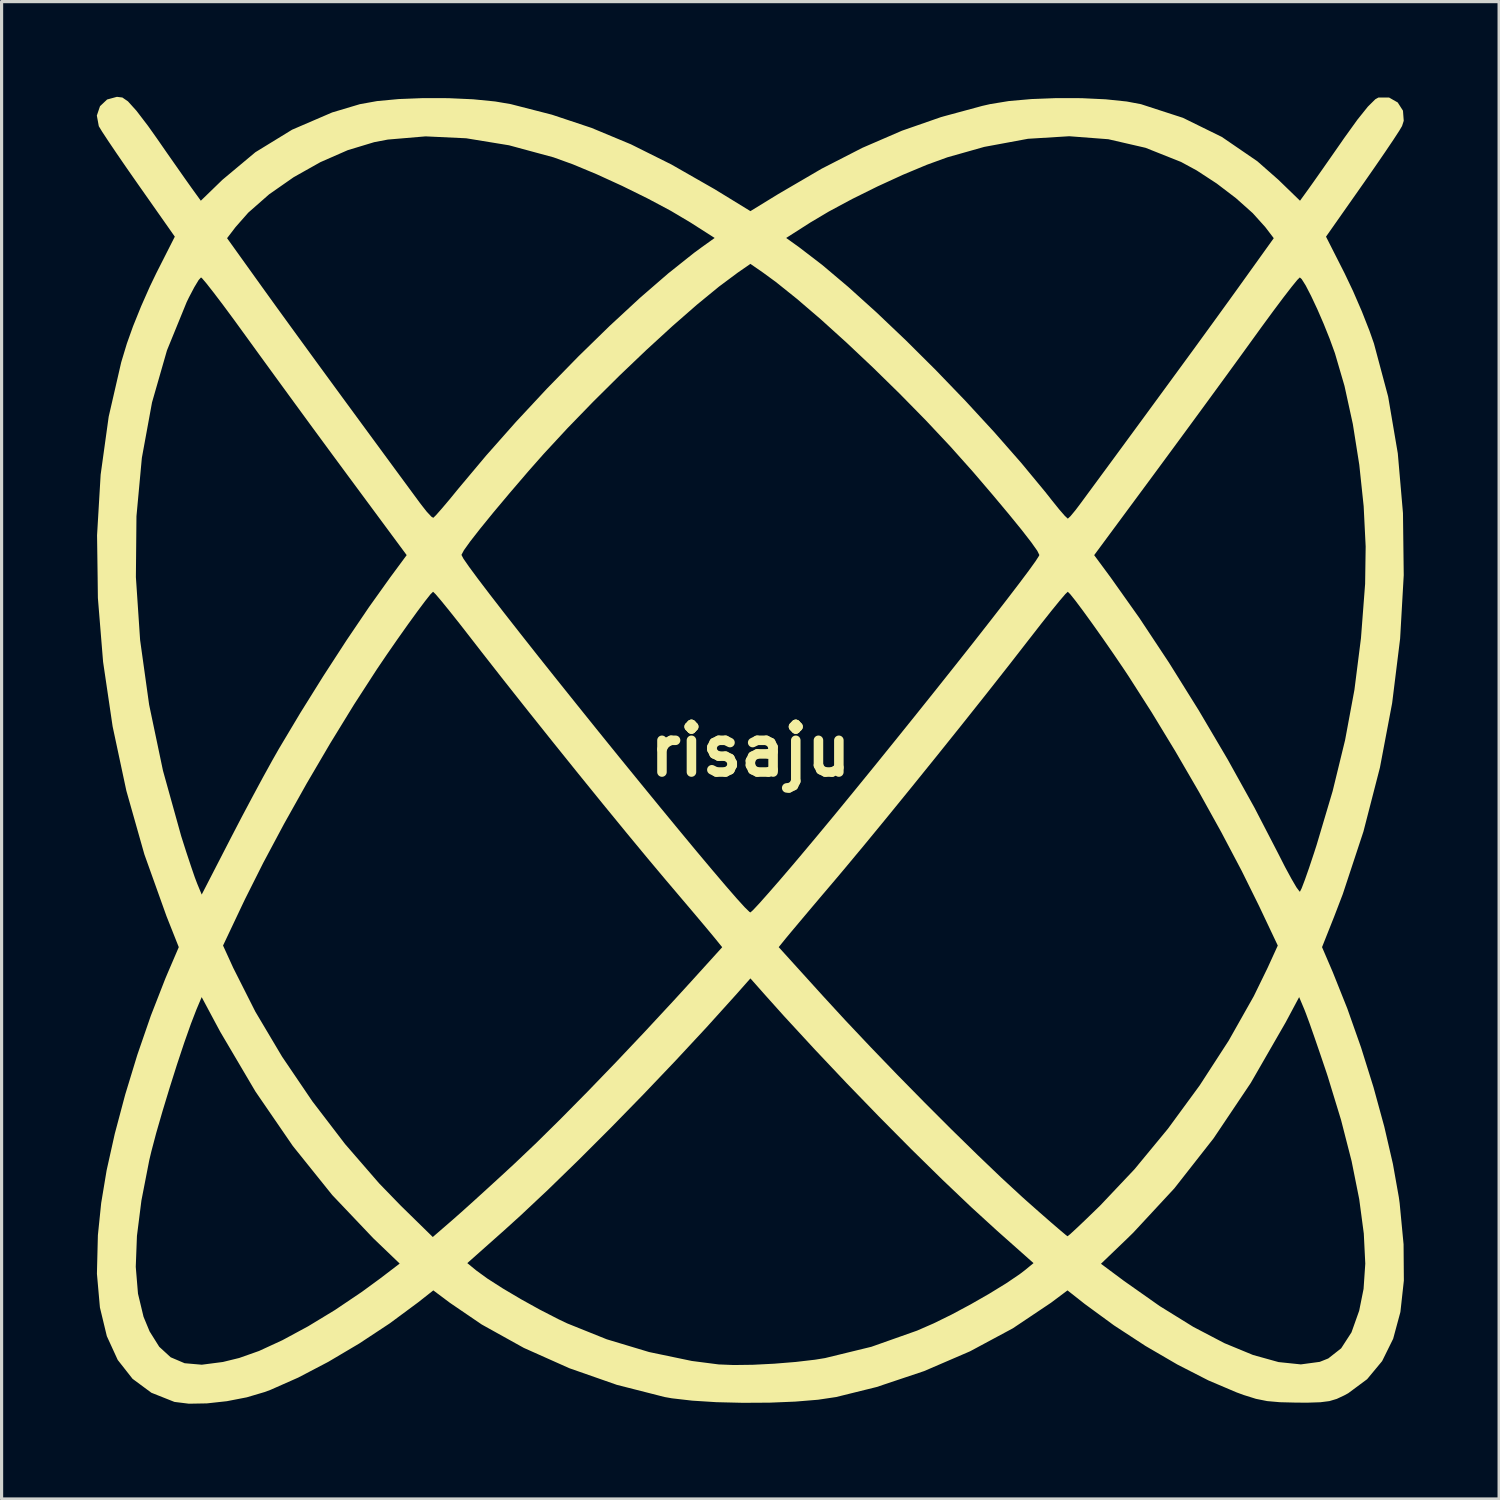
<source format=kicad_pcb>
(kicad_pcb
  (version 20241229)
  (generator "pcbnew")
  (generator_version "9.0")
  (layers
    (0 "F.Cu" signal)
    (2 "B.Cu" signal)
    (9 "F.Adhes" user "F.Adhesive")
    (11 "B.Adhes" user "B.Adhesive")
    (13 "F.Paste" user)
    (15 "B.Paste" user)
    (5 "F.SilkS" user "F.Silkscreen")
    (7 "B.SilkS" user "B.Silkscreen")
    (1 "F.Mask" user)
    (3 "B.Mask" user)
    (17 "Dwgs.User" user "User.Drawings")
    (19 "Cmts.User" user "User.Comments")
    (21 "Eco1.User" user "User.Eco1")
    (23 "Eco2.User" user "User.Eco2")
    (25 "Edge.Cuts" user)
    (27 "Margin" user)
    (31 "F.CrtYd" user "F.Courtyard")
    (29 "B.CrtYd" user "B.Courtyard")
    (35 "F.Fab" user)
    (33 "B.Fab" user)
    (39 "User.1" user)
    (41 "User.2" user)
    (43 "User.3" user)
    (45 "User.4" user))
  (footprint "risaju"
    (layer "F.Cu")
    (at 20.585 20.588)
    (property "Reference" "risaju" (at 0 0 0) (layer "F.SilkS") (effects (font (size 1.5 1.5) (thickness 0.3))))
    (attr board_only exclude_from_pos_files exclude_from_bom)
    (fp_poly (pts (xy -19.781 -20.567) (xy -19.605 -20.446) (xy -19.336 -20.148) (xy -18.974 -19.674) (xy -18.698 -19.285) (xy -18.374 -18.818) (xy -18.066 -18.378) (xy -17.805 -18.006) (xy -17.619 -17.744) (xy -17.58 -17.689) (xy -17.31 -17.316) (xy -16.63 -17.975) (xy -15.591 -18.844) (xy -14.435 -19.553) (xy -13.174 -20.096) (xy -12.3 -20.357) (xy -11.761 -20.454) (xy -11.079 -20.518) (xy -10.311 -20.548) (xy -9.511 -20.546) (xy -8.735 -20.511) (xy -8.038 -20.442) (xy -7.55 -20.359) (xy -6.253 -20.026) (xy -5.005 -19.61) (xy -3.764 -19.093) (xy -2.49 -18.458) (xy -1.141 -17.687) (xy -0.875 -17.525) (xy -0.000001 -16.988) (xy 0.875 -17.525) (xy 2.243 -18.324) (xy 3.528 -18.983) (xy 4.772 -19.521) (xy 6.015 -19.954) (xy 7.3 -20.302) (xy 7.55 -20.359) (xy 8.137 -20.455) (xy 8.85 -20.518) (xy 9.634 -20.548) (xy 10.432 -20.546) (xy 11.191 -20.51) (xy 11.854 -20.441) (xy 12.3 -20.357) (xy 13.623 -19.927) (xy 14.848 -19.325) (xy 15.965 -18.56) (xy 16.63 -17.975) (xy 17.31 -17.316) (xy 17.58 -17.689) (xy 17.735 -17.907) (xy 17.975 -18.248) (xy 18.27 -18.67) (xy 18.593 -19.133) (xy 18.698 -19.285) (xy 19.119 -19.87) (xy 19.447 -20.279) (xy 19.681 -20.511) (xy 19.781 -20.567) (xy 20.117 -20.565) (xy 20.387 -20.411) (xy 20.553 -20.152) (xy 20.577 -19.833) (xy 20.524 -19.668) (xy 20.437 -19.521) (xy 20.254 -19.24) (xy 19.994 -18.854) (xy 19.676 -18.391) (xy 19.321 -17.881) (xy 19.276 -17.817) (xy 18.129 -16.184) (xy 18.712 -15.035) (xy 18.982 -14.467) (xy 19.258 -13.83) (xy 19.5 -13.214) (xy 19.639 -12.818) (xy 20.086 -11.146) (xy 20.39 -9.358) (xy 20.553 -7.476) (xy 20.577 -5.523) (xy 20.463 -3.521) (xy 20.212 -1.493) (xy 19.827 0.539) (xy 19.308 2.552) (xy 18.657 4.524) (xy 18.39 5.221) (xy 18.004 6.193) (xy 18.343 6.983) (xy 18.8 8.127) (xy 19.232 9.351) (xy 19.625 10.607) (xy 19.964 11.845) (xy 20.235 13.016) (xy 20.423 14.071) (xy 20.448 14.253) (xy 20.572 15.553) (xy 20.581 16.695) (xy 20.472 17.685) (xy 20.244 18.528) (xy 19.896 19.232) (xy 19.424 19.801) (xy 18.829 20.243) (xy 18.7 20.313) (xy 18.467 20.422) (xy 18.236 20.491) (xy 17.952 20.527) (xy 17.561 20.54) (xy 17.2 20.539) (xy 16.677 20.526) (xy 16.277 20.491) (xy 15.923 20.42) (xy 15.54 20.3) (xy 15.313 20.217) (xy 14.424 19.839) (xy 13.451 19.341) (xy 12.443 18.754) (xy 11.451 18.106) (xy 10.525 17.428) (xy 10.468 17.383) (xy 9.987 17.004) (xy 9.468 17.393) (xy 8.265 18.199) (xy 6.917 18.923) (xy 5.471 19.546) (xy 3.972 20.048) (xy 2.7 20.363) (xy 2.129 20.448) (xy 1.413 20.507) (xy 0.606 20.54) (xy -0.24 20.545) (xy -1.07 20.525) (xy -1.832 20.477) (xy -2.473 20.403) (xy -2.7 20.363) (xy -4.207 19.979) (xy -5.701 19.456) (xy -7.135 18.816) (xy -8.463 18.078) (xy -9.468 17.393) (xy -9.987 17.004) (xy -10.468 17.383) (xy -11.361 18.044) (xy -12.32 18.677) (xy -13.296 19.255) (xy -14.241 19.75) (xy -15.109 20.134) (xy -15.295 20.204) (xy -15.862 20.372) (xy -16.49 20.494) (xy -17.118 20.563) (xy -17.685 20.573) (xy -18.13 20.518) (xy -18.15 20.513) (xy -18.867 20.228) (xy -19.46 19.789) (xy -19.927 19.195) (xy -20.27 18.446) (xy -20.488 17.542) (xy -20.582 16.482) (xy -20.577 16.262) (xy -19.359 16.262) (xy -19.289 17.107) (xy -19.114 17.836) (xy -18.923 18.296) (xy -18.62 18.78) (xy -18.259 19.111) (xy -17.82 19.298) (xy -17.279 19.345) (xy -16.616 19.259) (xy -16.101 19.133) (xy -15.476 18.912) (xy -14.741 18.573) (xy -13.932 18.136) (xy -13.085 17.622) (xy -12.235 17.049) (xy -11.648 16.619) (xy -11.047 16.16) (xy -11.062 16.145) (xy -8.917 16.145) (xy -8.634 16.377) (xy -8.282 16.633) (xy -7.798 16.943) (xy -7.231 17.279) (xy -6.63 17.612) (xy -6.044 17.913) (xy -5.774 18.042) (xy -4.526 18.544) (xy -3.19 18.946) (xy -1.845 19.227) (xy -1 19.336) (xy -0.526 19.355) (xy 0.081 19.347) (xy 0.753 19.313) (xy 1.427 19.258) (xy 2.036 19.187) (xy 2.35 19.136) (xy 3.811 18.78) (xy 5.25 18.271) (xy 5.774 18.042) (xy 6.334 17.767) (xy 6.934 17.446) (xy 7.524 17.108) (xy 8.055 16.782) (xy 8.479 16.495) (xy 8.634 16.377) (xy 8.892 16.166) (xy 11.041 16.166) (xy 11.765 16.705) (xy 12.891 17.498) (xy 13.949 18.153) (xy 14.931 18.667) (xy 15.829 19.038) (xy 16.634 19.262) (xy 17.337 19.335) (xy 17.932 19.255) (xy 18.2 19.148) (xy 18.606 18.829) (xy 18.931 18.327) (xy 19.174 17.644) (xy 19.312 16.958) (xy 19.366 16.162) (xy 19.319 15.213) (xy 19.175 14.13) (xy 18.935 12.932) (xy 18.603 11.637) (xy 18.183 10.263) (xy 18.146 10.15) (xy 17.955 9.585) (xy 17.774 9.058) (xy 17.617 8.61) (xy 17.497 8.284) (xy 17.448 8.158) (xy 17.283 7.767) (xy 16.857 8.564) (xy 15.76 10.469) (xy 14.588 12.215) (xy 13.352 13.791) (xy 12.059 15.185) (xy 11.874 15.366) (xy 11.041 16.166) (xy 8.892 16.166) (xy 8.917 16.145) (xy 7.764 15.121) (xy 6.955 14.382) (xy 6.047 13.518) (xy 5.071 12.56) (xy 4.056 11.536) (xy 3.03 10.477) (xy 2.024 9.412) (xy 1.065 8.372) (xy 0.475 7.714) (xy 0 7.178) (xy -0.475 7.714) (xy -1.385 8.722) (xy -2.364 9.775) (xy -3.38 10.841) (xy -4.405 11.891) (xy -5.411 12.896) (xy -6.367 13.826) (xy -7.244 14.65) (xy -7.764 15.121) (xy -8.917 16.145) (xy -11.062 16.145) (xy -11.877 15.363) (xy -13.171 14.001) (xy -14.412 12.456) (xy -15.589 10.741) (xy -16.695 8.865) (xy -16.857 8.564) (xy -17.283 7.767) (xy -17.448 8.158) (xy -17.622 8.608) (xy -17.832 9.202) (xy -18.061 9.891) (xy -18.294 10.628) (xy -18.517 11.362) (xy -18.714 12.044) (xy -18.868 12.627) (xy -18.933 12.9) (xy -19.181 14.173) (xy -19.322 15.289) (xy -19.359 16.262) (xy -20.577 16.262) (xy -20.552 15.266) (xy -20.448 14.253) (xy -20.277 13.224) (xy -20.02 12.071) (xy -19.693 10.842) (xy -19.31 9.586) (xy -18.884 8.352) (xy -18.43 7.189) (xy -18.343 6.983) (xy -18.004 6.193) (xy -18.024 6.143) (xy -16.61 6.143) (xy -16.289 6.846) (xy -15.593 8.225) (xy -14.751 9.642) (xy -13.797 11.049) (xy -12.766 12.396) (xy -11.692 13.635) (xy -11.011 14.337) (xy -10.004 15.323) (xy -9.387 14.789) (xy -9.106 14.541) (xy -8.718 14.192) (xy -8.261 13.776) (xy -7.773 13.329) (xy -7.41 12.993) (xy -6.744 12.36) (xy -5.975 11.601) (xy -5.13 10.745) (xy -4.235 9.818) (xy -3.317 8.847) (xy -2.402 7.861) (xy -1.865 7.273) (xy -0.889 6.196) (xy -0.891 6.193) (xy 0.891 6.193) (xy 2.271 7.716) (xy 2.989 8.497) (xy 3.785 9.34) (xy 4.628 10.215) (xy 5.491 11.093) (xy 6.344 11.946) (xy 7.159 12.743) (xy 7.905 13.457) (xy 8.555 14.057) (xy 8.7 14.187) (xy 9.116 14.555) (xy 9.479 14.872) (xy 9.762 15.115) (xy 9.94 15.264) (xy 9.989 15.299) (xy 10.071 15.233) (xy 10.267 15.052) (xy 10.553 14.781) (xy 10.9 14.445) (xy 11.023 14.325) (xy 12.096 13.19) (xy 13.149 11.914) (xy 14.15 10.548) (xy 15.063 9.139) (xy 15.854 7.738) (xy 16.289 6.846) (xy 16.61 6.143) (xy 16.02 4.896) (xy 15.472 3.788) (xy 14.831 2.573) (xy 14.126 1.302) (xy 13.385 0.027) (xy 12.638 -1.202) (xy 11.915 -2.333) (xy 11.771 -2.55) (xy 11.44 -3.038) (xy 11.101 -3.527) (xy 10.775 -3.987) (xy 10.481 -4.393) (xy 10.239 -4.716) (xy 10.07 -4.927) (xy 9.995 -5) (xy 9.917 -4.925) (xy 9.738 -4.715) (xy 9.478 -4.396) (xy 9.157 -3.991) (xy 8.796 -3.527) (xy 8.794 -3.525) (xy 8.151 -2.698) (xy 7.43 -1.782) (xy 6.658 -0.811) (xy 5.862 0.182) (xy 5.067 1.166) (xy 4.3 2.108) (xy 3.588 2.974) (xy 2.957 3.732) (xy 2.657 4.088) (xy 2.242 4.576) (xy 1.858 5.03) (xy 1.529 5.421) (xy 1.278 5.72) (xy 1.13 5.898) (xy 1.121 5.909) (xy 0.891 6.193) (xy -0.891 6.193) (xy -1.119 5.911) (xy -1.255 5.747) (xy -1.495 5.46) (xy -1.817 5.078) (xy -2.197 4.63) (xy -2.609 4.144) (xy -2.657 4.088) (xy -3.232 3.403) (xy -3.903 2.592) (xy -4.644 1.687) (xy -5.426 0.723) (xy -6.225 -0.27) (xy -7.013 -1.257) (xy -7.765 -2.207) (xy -8.454 -3.087) (xy -8.794 -3.525) (xy -9.156 -3.99) (xy -9.477 -4.394) (xy -9.737 -4.714) (xy -9.916 -4.924) (xy -9.995 -5) (xy -9.995 -5) (xy -10.075 -4.922) (xy -10.246 -4.706) (xy -10.49 -4.38) (xy -10.786 -3.972) (xy -11.113 -3.51) (xy -11.452 -3.021) (xy -11.771 -2.55) (xy -12.486 -1.445) (xy -13.23 -0.233) (xy -13.975 1.037) (xy -14.69 2.313) (xy -15.347 3.544) (xy -15.916 4.678) (xy -16.02 4.896) (xy -16.61 6.143) (xy -18.024 6.143) (xy -18.39 5.221) (xy -19.088 3.27) (xy -19.655 1.269) (xy -20.088 -0.759) (xy -20.388 -2.791) (xy -20.552 -4.805) (xy -20.56 -5.462) (xy -19.355 -5.462) (xy -19.222 -3.478) (xy -18.938 -1.442) (xy -18.502 0.634) (xy -17.927 2.7) (xy -17.772 3.186) (xy -17.623 3.635) (xy -17.5 3.994) (xy -17.424 4.194) (xy -17.282 4.537) (xy -16.359 2.744) (xy -16.03 2.111) (xy -15.685 1.461) (xy -15.352 0.843) (xy -15.058 0.31) (xy -14.854 -0.049) (xy -14.173 -1.189) (xy -13.451 -2.346) (xy -12.72 -3.472) (xy -12.012 -4.518) (xy -11.358 -5.434) (xy -11.345 -5.452) (xy -10.827 -6.153) (xy -10.83 -6.159) (xy -9.1 -6.159) (xy -9.039 -6.042) (xy -8.862 -5.787) (xy -8.583 -5.409) (xy -8.214 -4.924) (xy -7.767 -4.347) (xy -7.254 -3.692) (xy -6.688 -2.975) (xy -6.08 -2.212) (xy -5.443 -1.417) (xy -4.79 -0.605) (xy -4.132 0.208) (xy -3.481 1.007) (xy -2.851 1.777) (xy -2.253 2.503) (xy -1.7 3.17) (xy -1.203 3.762) (xy -0.775 4.265) (xy -0.429 4.663) (xy -0.176 4.941) (xy -0.029 5.084) (xy 0 5.1) (xy 0.082 5.027) (xy 0.274 4.822) (xy 0.555 4.506) (xy 0.909 4.101) (xy 1.314 3.628) (xy 1.561 3.336) (xy 2.084 2.712) (xy 2.658 2.02) (xy 3.269 1.275) (xy 3.906 0.493) (xy 4.556 -0.311) (xy 5.208 -1.121) (xy 5.848 -1.921) (xy 6.465 -2.697) (xy 7.046 -3.432) (xy 7.578 -4.112) (xy 8.051 -4.721) (xy 8.45 -5.242) (xy 8.765 -5.662) (xy 8.982 -5.964) (xy 9.09 -6.132) (xy 9.098 -6.153) (xy 10.827 -6.153) (xy 11.345 -5.452) (xy 12.249 -4.177) (xy 13.185 -2.764) (xy 14.122 -1.262) (xy 15.029 0.276) (xy 15.875 1.8) (xy 16.61 3.219) (xy 16.839 3.669) (xy 17.042 4.043) (xy 17.198 4.31) (xy 17.293 4.438) (xy 17.309 4.445) (xy 17.362 4.339) (xy 17.462 4.077) (xy 17.597 3.693) (xy 17.754 3.221) (xy 17.833 2.976) (xy 18.338 1.279) (xy 18.73 -0.328) (xy 19.024 -1.911) (xy 19.23 -3.537) (xy 19.361 -5.25) (xy 19.378 -6.425) (xy 19.315 -7.694) (xy 19.177 -8.999) (xy 18.974 -10.282) (xy 18.711 -11.484) (xy 18.41 -12.513) (xy 18.245 -12.966) (xy 18.054 -13.442) (xy 17.853 -13.905) (xy 17.659 -14.318) (xy 17.49 -14.645) (xy 17.362 -14.849) (xy 17.304 -14.9) (xy 17.225 -14.822) (xy 17.047 -14.604) (xy 16.788 -14.269) (xy 16.466 -13.839) (xy 16.097 -13.336) (xy 15.872 -13.025) (xy 15.441 -12.429) (xy 14.923 -11.717) (xy 14.351 -10.934) (xy 13.756 -10.122) (xy 13.172 -9.328) (xy 12.674 -8.652) (xy 10.827 -6.153) (xy 9.098 -6.153) (xy 9.1 -6.159) (xy 9.035 -6.291) (xy 8.845 -6.559) (xy 8.541 -6.951) (xy 8.132 -7.453) (xy 7.628 -8.055) (xy 7.04 -8.743) (xy 6.99 -8.8) (xy 6.294 -9.58) (xy 5.523 -10.401) (xy 4.703 -11.236) (xy 3.861 -12.061) (xy 3.024 -12.85) (xy 2.217 -13.58) (xy 1.467 -14.223) (xy 0.801 -14.757) (xy 0.399 -15.051) (xy 0 -15.327) (xy -0.399 -15.051) (xy -0.991 -14.61) (xy -1.685 -14.041) (xy -2.454 -13.369) (xy -3.273 -12.619) (xy -4.115 -11.816) (xy -4.953 -10.985) (xy -5.761 -10.152) (xy -6.512 -9.341) (xy -6.99 -8.8) (xy -7.585 -8.106) (xy -8.096 -7.497) (xy -8.512 -6.986) (xy -8.825 -6.585) (xy -9.024 -6.307) (xy -9.1 -6.164) (xy -9.1 -6.159) (xy -10.83 -6.159) (xy -12.674 -8.652) (xy -13.22 -9.392) (xy -13.806 -10.189) (xy -14.399 -11) (xy -14.968 -11.78) (xy -15.48 -12.484) (xy -15.872 -13.025) (xy -16.259 -13.558) (xy -16.61 -14.033) (xy -16.908 -14.425) (xy -17.134 -14.713) (xy -17.271 -14.874) (xy -17.304 -14.9) (xy -17.38 -14.816) (xy -17.515 -14.592) (xy -17.685 -14.269) (xy -17.755 -14.125) (xy -18.376 -12.603) (xy -18.847 -10.963) (xy -19.167 -9.217) (xy -19.337 -7.379) (xy -19.355 -5.462) (xy -20.56 -5.462) (xy -20.578 -6.778) (xy -20.465 -8.688) (xy -20.212 -10.513) (xy -19.817 -12.229) (xy -19.639 -12.818) (xy -19.445 -13.361) (xy -19.191 -13.99) (xy -18.913 -14.618) (xy -18.712 -15.035) (xy -18.154 -16.136) (xy -16.483 -16.136) (xy -15.377 -14.593) (xy -14.916 -13.953) (xy -14.344 -13.165) (xy -13.671 -12.241) (xy -12.904 -11.192) (xy -12.052 -10.031) (xy -11.125 -8.769) (xy -10.385 -7.764) (xy -10.193 -7.52) (xy -10.046 -7.363) (xy -9.988 -7.329) (xy -9.904 -7.411) (xy -9.722 -7.617) (xy -9.47 -7.915) (xy -9.196 -8.25) (xy -8.325 -9.288) (xy -7.389 -10.345) (xy -6.412 -11.394) (xy -5.419 -12.411) (xy -4.433 -13.373) (xy -3.482 -14.253) (xy -2.588 -15.027) (xy -1.778 -15.672) (xy -1.538 -15.848) (xy -1.126 -16.143) (xy 1.126 -16.143) (xy 1.538 -15.848) (xy 2.262 -15.293) (xy 3.079 -14.603) (xy 3.965 -13.804) (xy 4.894 -12.921) (xy 5.84 -11.98) (xy 6.778 -11.006) (xy 7.681 -10.026) (xy 8.526 -9.063) (xy 9.286 -8.145) (xy 9.499 -7.875) (xy 9.724 -7.596) (xy 9.9 -7.393) (xy 9.994 -7.305) (xy 9.999 -7.304) (xy 10.081 -7.38) (xy 10.24 -7.572) (xy 10.385 -7.764) (xy 11.445 -9.204) (xy 12.388 -10.489) (xy 13.22 -11.625) (xy 13.945 -12.616) (xy 14.565 -13.469) (xy 15.086 -14.189) (xy 15.377 -14.593) (xy 16.483 -16.136) (xy 16.216 -16.486) (xy 15.821 -16.925) (xy 15.293 -17.396) (xy 14.687 -17.858) (xy 14.056 -18.27) (xy 13.564 -18.537) (xy 12.444 -18.983) (xy 11.273 -19.253) (xy 10.043 -19.347) (xy 8.743 -19.267) (xy 7.363 -19.011) (xy 6.2 -18.682) (xy 5.557 -18.448) (xy 4.805 -18.134) (xy 4.001 -17.765) (xy 3.204 -17.37) (xy 2.472 -16.977) (xy 1.888 -16.63) (xy 1.126 -16.143) (xy -1.126 -16.143) (xy -1.888 -16.63) (xy -2.504 -16.996) (xy -3.241 -17.389) (xy -4.04 -17.783) (xy -4.842 -18.15) (xy -5.591 -18.462) (xy -6.2 -18.682) (xy -7.603 -19.062) (xy -8.953 -19.283) (xy -10.231 -19.343) (xy -11.421 -19.242) (xy -11.85 -19.16) (xy -12.683 -18.908) (xy -13.543 -18.531) (xy -14.384 -18.058) (xy -15.158 -17.518) (xy -15.816 -16.94) (xy -16.216 -16.486) (xy -16.483 -16.136) (xy -18.154 -16.136) (xy -18.129 -16.184) (xy -19.276 -17.817) (xy -19.635 -18.331) (xy -19.958 -18.801) (xy -20.226 -19.198) (xy -20.42 -19.493) (xy -20.52 -19.658) (xy -20.524 -19.668) (xy -20.585 -19.998) (xy -20.485 -20.293) (xy -20.262 -20.504) (xy -19.953 -20.588)) (stroke (width 0) (type solid)) (fill yes) (layer "F.SilkS")))
  (gr_rect
    (start -3 -3)
    (end 44.166 44.161)
    (stroke (width 0.1) (type default))
    (fill no)
    (layer "Edge.Cuts")))
</source>
